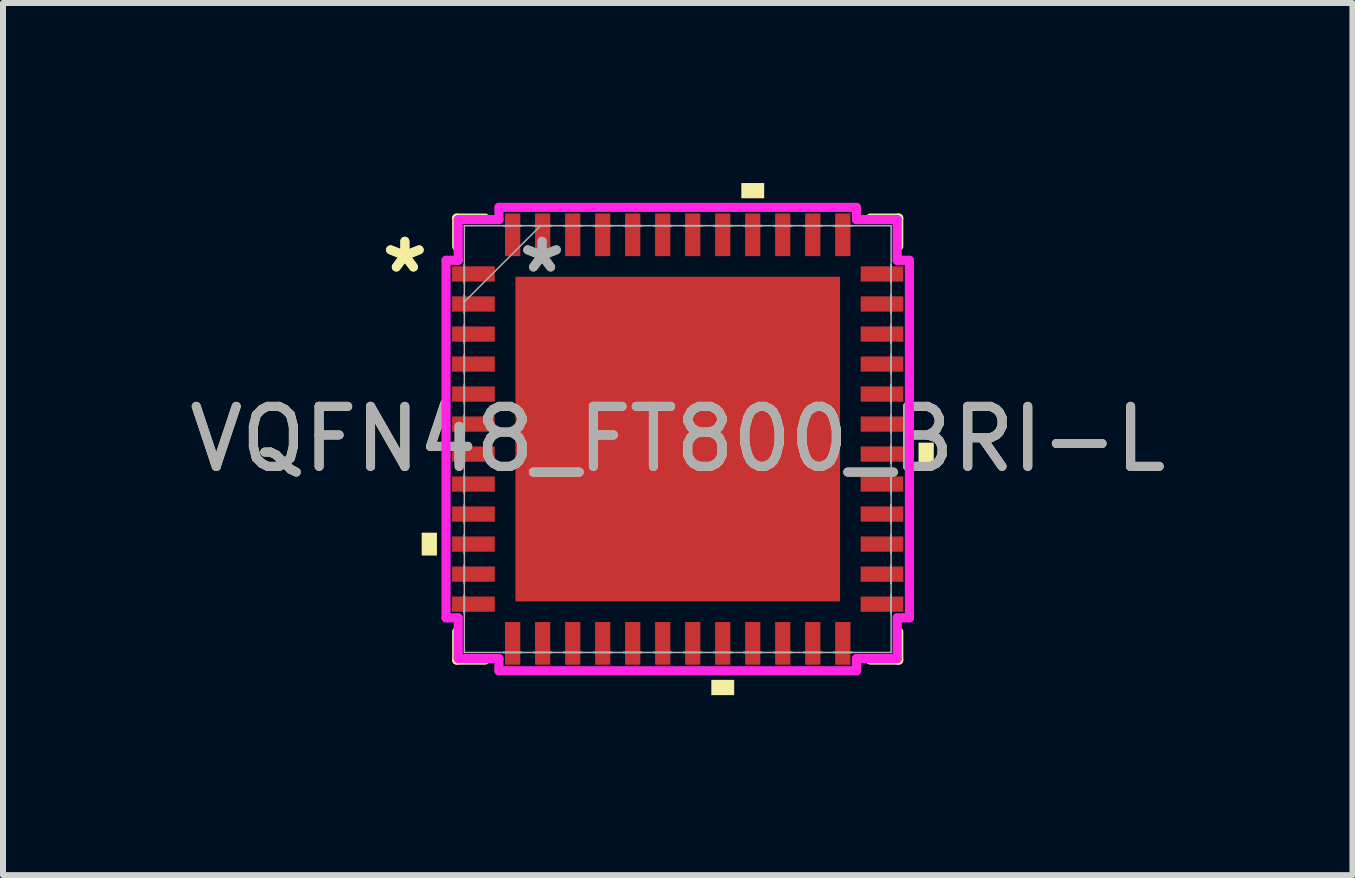
<source format=kicad_pcb>
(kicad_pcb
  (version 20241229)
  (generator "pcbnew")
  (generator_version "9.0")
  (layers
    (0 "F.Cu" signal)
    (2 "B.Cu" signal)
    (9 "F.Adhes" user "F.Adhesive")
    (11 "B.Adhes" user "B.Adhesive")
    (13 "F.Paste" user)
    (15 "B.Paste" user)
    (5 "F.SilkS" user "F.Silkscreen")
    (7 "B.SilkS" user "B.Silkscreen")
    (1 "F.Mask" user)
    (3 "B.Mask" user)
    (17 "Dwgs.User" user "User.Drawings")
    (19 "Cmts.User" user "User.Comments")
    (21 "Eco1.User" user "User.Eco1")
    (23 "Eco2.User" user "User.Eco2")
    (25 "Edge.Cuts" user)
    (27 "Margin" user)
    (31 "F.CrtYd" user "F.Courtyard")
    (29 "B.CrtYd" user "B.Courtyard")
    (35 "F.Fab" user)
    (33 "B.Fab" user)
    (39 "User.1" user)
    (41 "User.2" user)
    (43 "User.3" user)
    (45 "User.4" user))
  (footprint "VQFN48_FT800_BRI-L"
    (layer "F.Cu")
    (at 8.244 4.267)
    (property "Reference" "VQFN48_FT800_BRI-L" (at 0 0 0) (unlocked yes) (layer "F.SilkS") (effects (font (size 1 1) (thickness 0.15))))
    (attr smd)
    (fp_line (start -3.683 -3.683) (end -3.683 -3.21) (stroke (width 0.152) (type solid)) (layer "F.SilkS"))
    (fp_line (start -3.683 3.21) (end -3.683 3.683) (stroke (width 0.152) (type solid)) (layer "F.SilkS"))
    (fp_line (start -3.683 3.683) (end -3.21 3.683) (stroke (width 0.152) (type solid)) (layer "F.SilkS"))
    (fp_line (start -3.21 -3.683) (end -3.683 -3.683) (stroke (width 0.152) (type solid)) (layer "F.SilkS"))
    (fp_line (start 3.21 3.683) (end 3.683 3.683) (stroke (width 0.152) (type solid)) (layer "F.SilkS"))
    (fp_line (start 3.683 -3.683) (end 3.21 -3.683) (stroke (width 0.152) (type solid)) (layer "F.SilkS"))
    (fp_line (start 3.683 -3.21) (end 3.683 -3.683) (stroke (width 0.152) (type solid)) (layer "F.SilkS"))
    (fp_line (start 3.683 3.683) (end 3.683 3.21) (stroke (width 0.152) (type solid)) (layer "F.SilkS"))
    (fp_poly (pts (xy -4.267 1.56) (xy -4.267 1.941) (xy -4.013 1.941) (xy -4.013 1.56)) (stroke (width 0) (type solid)) (fill yes) (layer "F.SilkS"))
    (fp_poly (pts (xy 0.56 4.013) (xy 0.56 4.267) (xy 0.941 4.267) (xy 0.941 4.013)) (stroke (width 0) (type solid)) (fill yes) (layer "F.SilkS"))
    (fp_poly (pts (xy 1.06 -4.013) (xy 1.06 -4.267) (xy 1.441 -4.267) (xy 1.441 -4.013)) (stroke (width 0) (type solid)) (fill yes) (layer "F.SilkS"))
    (fp_poly (pts (xy 4.267 0.06) (xy 4.267 0.441) (xy 4.013 0.441) (xy 4.013 0.06)) (stroke (width 0) (type solid)) (fill yes) (layer "F.SilkS"))
    (fp_line (start -3.861 -2.979) (end -3.658 -2.979) (stroke (width 0.152) (type solid)) (layer "F.CrtYd"))
    (fp_line (start -3.861 2.979) (end -3.861 -2.979) (stroke (width 0.152) (type solid)) (layer "F.CrtYd"))
    (fp_line (start -3.658 -3.658) (end -2.979 -3.658) (stroke (width 0.152) (type solid)) (layer "F.CrtYd"))
    (fp_line (start -3.658 -2.979) (end -3.658 -3.658) (stroke (width 0.152) (type solid)) (layer "F.CrtYd"))
    (fp_line (start -3.658 2.979) (end -3.861 2.979) (stroke (width 0.152) (type solid)) (layer "F.CrtYd"))
    (fp_line (start -3.658 3.658) (end -3.658 2.979) (stroke (width 0.152) (type solid)) (layer "F.CrtYd"))
    (fp_line (start -2.979 -3.861) (end 2.979 -3.861) (stroke (width 0.152) (type solid)) (layer "F.CrtYd"))
    (fp_line (start -2.979 -3.658) (end -2.979 -3.861) (stroke (width 0.152) (type solid)) (layer "F.CrtYd"))
    (fp_line (start -2.979 3.658) (end -3.658 3.658) (stroke (width 0.152) (type solid)) (layer "F.CrtYd"))
    (fp_line (start -2.979 3.861) (end -2.979 3.658) (stroke (width 0.152) (type solid)) (layer "F.CrtYd"))
    (fp_line (start 2.979 -3.861) (end 2.979 -3.658) (stroke (width 0.152) (type solid)) (layer "F.CrtYd"))
    (fp_line (start 2.979 -3.658) (end 3.658 -3.658) (stroke (width 0.152) (type solid)) (layer "F.CrtYd"))
    (fp_line (start 2.979 3.658) (end 2.979 3.861) (stroke (width 0.152) (type solid)) (layer "F.CrtYd"))
    (fp_line (start 2.979 3.861) (end -2.979 3.861) (stroke (width 0.152) (type solid)) (layer "F.CrtYd"))
    (fp_line (start 3.658 -3.658) (end 3.658 -2.979) (stroke (width 0.152) (type solid)) (layer "F.CrtYd"))
    (fp_line (start 3.658 -2.979) (end 3.861 -2.979) (stroke (width 0.152) (type solid)) (layer "F.CrtYd"))
    (fp_line (start 3.658 2.979) (end 3.658 3.658) (stroke (width 0.152) (type solid)) (layer "F.CrtYd"))
    (fp_line (start 3.658 3.658) (end 2.979 3.658) (stroke (width 0.152) (type solid)) (layer "F.CrtYd"))
    (fp_line (start 3.861 -2.979) (end 3.861 2.979) (stroke (width 0.152) (type solid)) (layer "F.CrtYd"))
    (fp_line (start 3.861 2.979) (end 3.658 2.979) (stroke (width 0.152) (type solid)) (layer "F.CrtYd"))
    (fp_line (start -3.556 -3.556) (end -3.556 3.556) (stroke (width 0.025) (type solid)) (layer "F.Fab"))
    (fp_line (start -3.556 -2.903) (end -3.556 -2.903) (stroke (width 0.025) (type solid)) (layer "F.Fab"))
    (fp_line (start -3.556 -2.903) (end -3.556 -2.598) (stroke (width 0.025) (type solid)) (layer "F.Fab"))
    (fp_line (start -3.556 -2.598) (end -3.556 -2.903) (stroke (width 0.025) (type solid)) (layer "F.Fab"))
    (fp_line (start -3.556 -2.598) (end -3.556 -2.598) (stroke (width 0.025) (type solid)) (layer "F.Fab"))
    (fp_line (start -3.556 -2.403) (end -3.556 -2.403) (stroke (width 0.025) (type solid)) (layer "F.Fab"))
    (fp_line (start -3.556 -2.403) (end -3.556 -2.098) (stroke (width 0.025) (type solid)) (layer "F.Fab"))
    (fp_line (start -3.556 -2.286) (end -2.286 -3.556) (stroke (width 0.025) (type solid)) (layer "F.Fab"))
    (fp_line (start -3.556 -2.098) (end -3.556 -2.403) (stroke (width 0.025) (type solid)) (layer "F.Fab"))
    (fp_line (start -3.556 -2.098) (end -3.556 -2.098) (stroke (width 0.025) (type solid)) (layer "F.Fab"))
    (fp_line (start -3.556 -1.903) (end -3.556 -1.903) (stroke (width 0.025) (type solid)) (layer "F.Fab"))
    (fp_line (start -3.556 -1.903) (end -3.556 -1.598) (stroke (width 0.025) (type solid)) (layer "F.Fab"))
    (fp_line (start -3.556 -1.598) (end -3.556 -1.903) (stroke (width 0.025) (type solid)) (layer "F.Fab"))
    (fp_line (start -3.556 -1.598) (end -3.556 -1.598) (stroke (width 0.025) (type solid)) (layer "F.Fab"))
    (fp_line (start -3.556 -1.403) (end -3.556 -1.403) (stroke (width 0.025) (type solid)) (layer "F.Fab"))
    (fp_line (start -3.556 -1.403) (end -3.556 -1.098) (stroke (width 0.025) (type solid)) (layer "F.Fab"))
    (fp_line (start -3.556 -1.098) (end -3.556 -1.403) (stroke (width 0.025) (type solid)) (layer "F.Fab"))
    (fp_line (start -3.556 -1.098) (end -3.556 -1.098) (stroke (width 0.025) (type solid)) (layer "F.Fab"))
    (fp_line (start -3.556 -0.903) (end -3.556 -0.903) (stroke (width 0.025) (type solid)) (layer "F.Fab"))
    (fp_line (start -3.556 -0.903) (end -3.556 -0.598) (stroke (width 0.025) (type solid)) (layer "F.Fab"))
    (fp_line (start -3.556 -0.598) (end -3.556 -0.903) (stroke (width 0.025) (type solid)) (layer "F.Fab"))
    (fp_line (start -3.556 -0.598) (end -3.556 -0.598) (stroke (width 0.025) (type solid)) (layer "F.Fab"))
    (fp_line (start -3.556 -0.402) (end -3.556 -0.402) (stroke (width 0.025) (type solid)) (layer "F.Fab"))
    (fp_line (start -3.556 -0.402) (end -3.556 -0.098) (stroke (width 0.025) (type solid)) (layer "F.Fab"))
    (fp_line (start -3.556 -0.098) (end -3.556 -0.402) (stroke (width 0.025) (type solid)) (layer "F.Fab"))
    (fp_line (start -3.556 -0.098) (end -3.556 -0.098) (stroke (width 0.025) (type solid)) (layer "F.Fab"))
    (fp_line (start -3.556 0.098) (end -3.556 0.098) (stroke (width 0.025) (type solid)) (layer "F.Fab"))
    (fp_line (start -3.556 0.098) (end -3.556 0.402) (stroke (width 0.025) (type solid)) (layer "F.Fab"))
    (fp_line (start -3.556 0.402) (end -3.556 0.098) (stroke (width 0.025) (type solid)) (layer "F.Fab"))
    (fp_line (start -3.556 0.402) (end -3.556 0.402) (stroke (width 0.025) (type solid)) (layer "F.Fab"))
    (fp_line (start -3.556 0.598) (end -3.556 0.598) (stroke (width 0.025) (type solid)) (layer "F.Fab"))
    (fp_line (start -3.556 0.598) (end -3.556 0.903) (stroke (width 0.025) (type solid)) (layer "F.Fab"))
    (fp_line (start -3.556 0.903) (end -3.556 0.598) (stroke (width 0.025) (type solid)) (layer "F.Fab"))
    (fp_line (start -3.556 0.903) (end -3.556 0.903) (stroke (width 0.025) (type solid)) (layer "F.Fab"))
    (fp_line (start -3.556 1.098) (end -3.556 1.098) (stroke (width 0.025) (type solid)) (layer "F.Fab"))
    (fp_line (start -3.556 1.098) (end -3.556 1.403) (stroke (width 0.025) (type solid)) (layer "F.Fab"))
    (fp_line (start -3.556 1.403) (end -3.556 1.098) (stroke (width 0.025) (type solid)) (layer "F.Fab"))
    (fp_line (start -3.556 1.403) (end -3.556 1.403) (stroke (width 0.025) (type solid)) (layer "F.Fab"))
    (fp_line (start -3.556 1.598) (end -3.556 1.598) (stroke (width 0.025) (type solid)) (layer "F.Fab"))
    (fp_line (start -3.556 1.598) (end -3.556 1.903) (stroke (width 0.025) (type solid)) (layer "F.Fab"))
    (fp_line (start -3.556 1.903) (end -3.556 1.598) (stroke (width 0.025) (type solid)) (layer "F.Fab"))
    (fp_line (start -3.556 1.903) (end -3.556 1.903) (stroke (width 0.025) (type solid)) (layer "F.Fab"))
    (fp_line (start -3.556 2.098) (end -3.556 2.098) (stroke (width 0.025) (type solid)) (layer "F.Fab"))
    (fp_line (start -3.556 2.098) (end -3.556 2.403) (stroke (width 0.025) (type solid)) (layer "F.Fab"))
    (fp_line (start -3.556 2.403) (end -3.556 2.098) (stroke (width 0.025) (type solid)) (layer "F.Fab"))
    (fp_line (start -3.556 2.403) (end -3.556 2.403) (stroke (width 0.025) (type solid)) (layer "F.Fab"))
    (fp_line (start -3.556 2.598) (end -3.556 2.598) (stroke (width 0.025) (type solid)) (layer "F.Fab"))
    (fp_line (start -3.556 2.598) (end -3.556 2.903) (stroke (width 0.025) (type solid)) (layer "F.Fab"))
    (fp_line (start -3.556 2.903) (end -3.556 2.598) (stroke (width 0.025) (type solid)) (layer "F.Fab"))
    (fp_line (start -3.556 2.903) (end -3.556 2.903) (stroke (width 0.025) (type solid)) (layer "F.Fab"))
    (fp_line (start -3.556 3.556) (end 3.556 3.556) (stroke (width 0.025) (type solid)) (layer "F.Fab"))
    (fp_line (start -2.903 -3.556) (end -2.903 -3.556) (stroke (width 0.025) (type solid)) (layer "F.Fab"))
    (fp_line (start -2.903 -3.556) (end -2.598 -3.556) (stroke (width 0.025) (type solid)) (layer "F.Fab"))
    (fp_line (start -2.903 3.556) (end -2.903 3.556) (stroke (width 0.025) (type solid)) (layer "F.Fab"))
    (fp_line (start -2.903 3.556) (end -2.598 3.556) (stroke (width 0.025) (type solid)) (layer "F.Fab"))
    (fp_line (start -2.598 -3.556) (end -2.903 -3.556) (stroke (width 0.025) (type solid)) (layer "F.Fab"))
    (fp_line (start -2.598 -3.556) (end -2.598 -3.556) (stroke (width 0.025) (type solid)) (layer "F.Fab"))
    (fp_line (start -2.598 3.556) (end -2.903 3.556) (stroke (width 0.025) (type solid)) (layer "F.Fab"))
    (fp_line (start -2.598 3.556) (end -2.598 3.556) (stroke (width 0.025) (type solid)) (layer "F.Fab"))
    (fp_line (start -2.403 -3.556) (end -2.403 -3.556) (stroke (width 0.025) (type solid)) (layer "F.Fab"))
    (fp_line (start -2.403 -3.556) (end -2.098 -3.556) (stroke (width 0.025) (type solid)) (layer "F.Fab"))
    (fp_line (start -2.403 3.556) (end -2.403 3.556) (stroke (width 0.025) (type solid)) (layer "F.Fab"))
    (fp_line (start -2.403 3.556) (end -2.098 3.556) (stroke (width 0.025) (type solid)) (layer "F.Fab"))
    (fp_line (start -2.098 -3.556) (end -2.403 -3.556) (stroke (width 0.025) (type solid)) (layer "F.Fab"))
    (fp_line (start -2.098 -3.556) (end -2.098 -3.556) (stroke (width 0.025) (type solid)) (layer "F.Fab"))
    (fp_line (start -2.098 3.556) (end -2.403 3.556) (stroke (width 0.025) (type solid)) (layer "F.Fab"))
    (fp_line (start -2.098 3.556) (end -2.098 3.556) (stroke (width 0.025) (type solid)) (layer "F.Fab"))
    (fp_line (start -1.903 -3.556) (end -1.903 -3.556) (stroke (width 0.025) (type solid)) (layer "F.Fab"))
    (fp_line (start -1.903 -3.556) (end -1.598 -3.556) (stroke (width 0.025) (type solid)) (layer "F.Fab"))
    (fp_line (start -1.903 3.556) (end -1.903 3.556) (stroke (width 0.025) (type solid)) (layer "F.Fab"))
    (fp_line (start -1.903 3.556) (end -1.598 3.556) (stroke (width 0.025) (type solid)) (layer "F.Fab"))
    (fp_line (start -1.598 -3.556) (end -1.903 -3.556) (stroke (width 0.025) (type solid)) (layer "F.Fab"))
    (fp_line (start -1.598 -3.556) (end -1.598 -3.556) (stroke (width 0.025) (type solid)) (layer "F.Fab"))
    (fp_line (start -1.598 3.556) (end -1.903 3.556) (stroke (width 0.025) (type solid)) (layer "F.Fab"))
    (fp_line (start -1.598 3.556) (end -1.598 3.556) (stroke (width 0.025) (type solid)) (layer "F.Fab"))
    (fp_line (start -1.403 -3.556) (end -1.403 -3.556) (stroke (width 0.025) (type solid)) (layer "F.Fab"))
    (fp_line (start -1.403 -3.556) (end -1.098 -3.556) (stroke (width 0.025) (type solid)) (layer "F.Fab"))
    (fp_line (start -1.403 3.556) (end -1.403 3.556) (stroke (width 0.025) (type solid)) (layer "F.Fab"))
    (fp_line (start -1.403 3.556) (end -1.098 3.556) (stroke (width 0.025) (type solid)) (layer "F.Fab"))
    (fp_line (start -1.098 -3.556) (end -1.403 -3.556) (stroke (width 0.025) (type solid)) (layer "F.Fab"))
    (fp_line (start -1.098 -3.556) (end -1.098 -3.556) (stroke (width 0.025) (type solid)) (layer "F.Fab"))
    (fp_line (start -1.098 3.556) (end -1.403 3.556) (stroke (width 0.025) (type solid)) (layer "F.Fab"))
    (fp_line (start -1.098 3.556) (end -1.098 3.556) (stroke (width 0.025) (type solid)) (layer "F.Fab"))
    (fp_line (start -0.903 -3.556) (end -0.903 -3.556) (stroke (width 0.025) (type solid)) (layer "F.Fab"))
    (fp_line (start -0.903 -3.556) (end -0.598 -3.556) (stroke (width 0.025) (type solid)) (layer "F.Fab"))
    (fp_line (start -0.903 3.556) (end -0.903 3.556) (stroke (width 0.025) (type solid)) (layer "F.Fab"))
    (fp_line (start -0.903 3.556) (end -0.598 3.556) (stroke (width 0.025) (type solid)) (layer "F.Fab"))
    (fp_line (start -0.598 -3.556) (end -0.903 -3.556) (stroke (width 0.025) (type solid)) (layer "F.Fab"))
    (fp_line (start -0.598 -3.556) (end -0.598 -3.556) (stroke (width 0.025) (type solid)) (layer "F.Fab"))
    (fp_line (start -0.598 3.556) (end -0.903 3.556) (stroke (width 0.025) (type solid)) (layer "F.Fab"))
    (fp_line (start -0.598 3.556) (end -0.598 3.556) (stroke (width 0.025) (type solid)) (layer "F.Fab"))
    (fp_line (start -0.402 -3.556) (end -0.402 -3.556) (stroke (width 0.025) (type solid)) (layer "F.Fab"))
    (fp_line (start -0.402 -3.556) (end -0.098 -3.556) (stroke (width 0.025) (type solid)) (layer "F.Fab"))
    (fp_line (start -0.402 3.556) (end -0.402 3.556) (stroke (width 0.025) (type solid)) (layer "F.Fab"))
    (fp_line (start -0.402 3.556) (end -0.098 3.556) (stroke (width 0.025) (type solid)) (layer "F.Fab"))
    (fp_line (start -0.098 -3.556) (end -0.402 -3.556) (stroke (width 0.025) (type solid)) (layer "F.Fab"))
    (fp_line (start -0.098 -3.556) (end -0.098 -3.556) (stroke (width 0.025) (type solid)) (layer "F.Fab"))
    (fp_line (start -0.098 3.556) (end -0.402 3.556) (stroke (width 0.025) (type solid)) (layer "F.Fab"))
    (fp_line (start -0.098 3.556) (end -0.098 3.556) (stroke (width 0.025) (type solid)) (layer "F.Fab"))
    (fp_line (start 0.098 -3.556) (end 0.098 -3.556) (stroke (width 0.025) (type solid)) (layer "F.Fab"))
    (fp_line (start 0.098 -3.556) (end 0.402 -3.556) (stroke (width 0.025) (type solid)) (layer "F.Fab"))
    (fp_line (start 0.098 3.556) (end 0.098 3.556) (stroke (width 0.025) (type solid)) (layer "F.Fab"))
    (fp_line (start 0.098 3.556) (end 0.402 3.556) (stroke (width 0.025) (type solid)) (layer "F.Fab"))
    (fp_line (start 0.402 -3.556) (end 0.098 -3.556) (stroke (width 0.025) (type solid)) (layer "F.Fab"))
    (fp_line (start 0.402 -3.556) (end 0.402 -3.556) (stroke (width 0.025) (type solid)) (layer "F.Fab"))
    (fp_line (start 0.402 3.556) (end 0.098 3.556) (stroke (width 0.025) (type solid)) (layer "F.Fab"))
    (fp_line (start 0.402 3.556) (end 0.402 3.556) (stroke (width 0.025) (type solid)) (layer "F.Fab"))
    (fp_line (start 0.598 -3.556) (end 0.598 -3.556) (stroke (width 0.025) (type solid)) (layer "F.Fab"))
    (fp_line (start 0.598 -3.556) (end 0.903 -3.556) (stroke (width 0.025) (type solid)) (layer "F.Fab"))
    (fp_line (start 0.598 3.556) (end 0.598 3.556) (stroke (width 0.025) (type solid)) (layer "F.Fab"))
    (fp_line (start 0.598 3.556) (end 0.903 3.556) (stroke (width 0.025) (type solid)) (layer "F.Fab"))
    (fp_line (start 0.903 -3.556) (end 0.598 -3.556) (stroke (width 0.025) (type solid)) (layer "F.Fab"))
    (fp_line (start 0.903 -3.556) (end 0.903 -3.556) (stroke (width 0.025) (type solid)) (layer "F.Fab"))
    (fp_line (start 0.903 3.556) (end 0.598 3.556) (stroke (width 0.025) (type solid)) (layer "F.Fab"))
    (fp_line (start 0.903 3.556) (end 0.903 3.556) (stroke (width 0.025) (type solid)) (layer "F.Fab"))
    (fp_line (start 1.098 -3.556) (end 1.098 -3.556) (stroke (width 0.025) (type solid)) (layer "F.Fab"))
    (fp_line (start 1.098 -3.556) (end 1.403 -3.556) (stroke (width 0.025) (type solid)) (layer "F.Fab"))
    (fp_line (start 1.098 3.556) (end 1.098 3.556) (stroke (width 0.025) (type solid)) (layer "F.Fab"))
    (fp_line (start 1.098 3.556) (end 1.403 3.556) (stroke (width 0.025) (type solid)) (layer "F.Fab"))
    (fp_line (start 1.403 -3.556) (end 1.098 -3.556) (stroke (width 0.025) (type solid)) (layer "F.Fab"))
    (fp_line (start 1.403 -3.556) (end 1.403 -3.556) (stroke (width 0.025) (type solid)) (layer "F.Fab"))
    (fp_line (start 1.403 3.556) (end 1.098 3.556) (stroke (width 0.025) (type solid)) (layer "F.Fab"))
    (fp_line (start 1.403 3.556) (end 1.403 3.556) (stroke (width 0.025) (type solid)) (layer "F.Fab"))
    (fp_line (start 1.598 -3.556) (end 1.598 -3.556) (stroke (width 0.025) (type solid)) (layer "F.Fab"))
    (fp_line (start 1.598 -3.556) (end 1.903 -3.556) (stroke (width 0.025) (type solid)) (layer "F.Fab"))
    (fp_line (start 1.598 3.556) (end 1.598 3.556) (stroke (width 0.025) (type solid)) (layer "F.Fab"))
    (fp_line (start 1.598 3.556) (end 1.903 3.556) (stroke (width 0.025) (type solid)) (layer "F.Fab"))
    (fp_line (start 1.903 -3.556) (end 1.598 -3.556) (stroke (width 0.025) (type solid)) (layer "F.Fab"))
    (fp_line (start 1.903 -3.556) (end 1.903 -3.556) (stroke (width 0.025) (type solid)) (layer "F.Fab"))
    (fp_line (start 1.903 3.556) (end 1.598 3.556) (stroke (width 0.025) (type solid)) (layer "F.Fab"))
    (fp_line (start 1.903 3.556) (end 1.903 3.556) (stroke (width 0.025) (type solid)) (layer "F.Fab"))
    (fp_line (start 2.098 -3.556) (end 2.098 -3.556) (stroke (width 0.025) (type solid)) (layer "F.Fab"))
    (fp_line (start 2.098 -3.556) (end 2.403 -3.556) (stroke (width 0.025) (type solid)) (layer "F.Fab"))
    (fp_line (start 2.098 3.556) (end 2.098 3.556) (stroke (width 0.025) (type solid)) (layer "F.Fab"))
    (fp_line (start 2.098 3.556) (end 2.403 3.556) (stroke (width 0.025) (type solid)) (layer "F.Fab"))
    (fp_line (start 2.403 -3.556) (end 2.098 -3.556) (stroke (width 0.025) (type solid)) (layer "F.Fab"))
    (fp_line (start 2.403 -3.556) (end 2.403 -3.556) (stroke (width 0.025) (type solid)) (layer "F.Fab"))
    (fp_line (start 2.403 3.556) (end 2.098 3.556) (stroke (width 0.025) (type solid)) (layer "F.Fab"))
    (fp_line (start 2.403 3.556) (end 2.403 3.556) (stroke (width 0.025) (type solid)) (layer "F.Fab"))
    (fp_line (start 2.598 -3.556) (end 2.598 -3.556) (stroke (width 0.025) (type solid)) (layer "F.Fab"))
    (fp_line (start 2.598 -3.556) (end 2.903 -3.556) (stroke (width 0.025) (type solid)) (layer "F.Fab"))
    (fp_line (start 2.598 3.556) (end 2.598 3.556) (stroke (width 0.025) (type solid)) (layer "F.Fab"))
    (fp_line (start 2.598 3.556) (end 2.903 3.556) (stroke (width 0.025) (type solid)) (layer "F.Fab"))
    (fp_line (start 2.903 -3.556) (end 2.598 -3.556) (stroke (width 0.025) (type solid)) (layer "F.Fab"))
    (fp_line (start 2.903 -3.556) (end 2.903 -3.556) (stroke (width 0.025) (type solid)) (layer "F.Fab"))
    (fp_line (start 2.903 3.556) (end 2.598 3.556) (stroke (width 0.025) (type solid)) (layer "F.Fab"))
    (fp_line (start 2.903 3.556) (end 2.903 3.556) (stroke (width 0.025) (type solid)) (layer "F.Fab"))
    (fp_line (start 3.556 -3.556) (end -3.556 -3.556) (stroke (width 0.025) (type solid)) (layer "F.Fab"))
    (fp_line (start 3.556 -2.903) (end 3.556 -2.903) (stroke (width 0.025) (type solid)) (layer "F.Fab"))
    (fp_line (start 3.556 -2.903) (end 3.556 -2.598) (stroke (width 0.025) (type solid)) (layer "F.Fab"))
    (fp_line (start 3.556 -2.598) (end 3.556 -2.903) (stroke (width 0.025) (type solid)) (layer "F.Fab"))
    (fp_line (start 3.556 -2.598) (end 3.556 -2.598) (stroke (width 0.025) (type solid)) (layer "F.Fab"))
    (fp_line (start 3.556 -2.403) (end 3.556 -2.403) (stroke (width 0.025) (type solid)) (layer "F.Fab"))
    (fp_line (start 3.556 -2.403) (end 3.556 -2.098) (stroke (width 0.025) (type solid)) (layer "F.Fab"))
    (fp_line (start 3.556 -2.098) (end 3.556 -2.403) (stroke (width 0.025) (type solid)) (layer "F.Fab"))
    (fp_line (start 3.556 -2.098) (end 3.556 -2.098) (stroke (width 0.025) (type solid)) (layer "F.Fab"))
    (fp_line (start 3.556 -1.903) (end 3.556 -1.903) (stroke (width 0.025) (type solid)) (layer "F.Fab"))
    (fp_line (start 3.556 -1.903) (end 3.556 -1.598) (stroke (width 0.025) (type solid)) (layer "F.Fab"))
    (fp_line (start 3.556 -1.598) (end 3.556 -1.903) (stroke (width 0.025) (type solid)) (layer "F.Fab"))
    (fp_line (start 3.556 -1.598) (end 3.556 -1.598) (stroke (width 0.025) (type solid)) (layer "F.Fab"))
    (fp_line (start 3.556 -1.403) (end 3.556 -1.403) (stroke (width 0.025) (type solid)) (layer "F.Fab"))
    (fp_line (start 3.556 -1.403) (end 3.556 -1.098) (stroke (width 0.025) (type solid)) (layer "F.Fab"))
    (fp_line (start 3.556 -1.098) (end 3.556 -1.403) (stroke (width 0.025) (type solid)) (layer "F.Fab"))
    (fp_line (start 3.556 -1.098) (end 3.556 -1.098) (stroke (width 0.025) (type solid)) (layer "F.Fab"))
    (fp_line (start 3.556 -0.903) (end 3.556 -0.903) (stroke (width 0.025) (type solid)) (layer "F.Fab"))
    (fp_line (start 3.556 -0.903) (end 3.556 -0.598) (stroke (width 0.025) (type solid)) (layer "F.Fab"))
    (fp_line (start 3.556 -0.598) (end 3.556 -0.903) (stroke (width 0.025) (type solid)) (layer "F.Fab"))
    (fp_line (start 3.556 -0.598) (end 3.556 -0.598) (stroke (width 0.025) (type solid)) (layer "F.Fab"))
    (fp_line (start 3.556 -0.402) (end 3.556 -0.402) (stroke (width 0.025) (type solid)) (layer "F.Fab"))
    (fp_line (start 3.556 -0.402) (end 3.556 -0.098) (stroke (width 0.025) (type solid)) (layer "F.Fab"))
    (fp_line (start 3.556 -0.098) (end 3.556 -0.402) (stroke (width 0.025) (type solid)) (layer "F.Fab"))
    (fp_line (start 3.556 -0.098) (end 3.556 -0.098) (stroke (width 0.025) (type solid)) (layer "F.Fab"))
    (fp_line (start 3.556 0.098) (end 3.556 0.098) (stroke (width 0.025) (type solid)) (layer "F.Fab"))
    (fp_line (start 3.556 0.098) (end 3.556 0.402) (stroke (width 0.025) (type solid)) (layer "F.Fab"))
    (fp_line (start 3.556 0.402) (end 3.556 0.098) (stroke (width 0.025) (type solid)) (layer "F.Fab"))
    (fp_line (start 3.556 0.402) (end 3.556 0.402) (stroke (width 0.025) (type solid)) (layer "F.Fab"))
    (fp_line (start 3.556 0.598) (end 3.556 0.598) (stroke (width 0.025) (type solid)) (layer "F.Fab"))
    (fp_line (start 3.556 0.598) (end 3.556 0.903) (stroke (width 0.025) (type solid)) (layer "F.Fab"))
    (fp_line (start 3.556 0.903) (end 3.556 0.598) (stroke (width 0.025) (type solid)) (layer "F.Fab"))
    (fp_line (start 3.556 0.903) (end 3.556 0.903) (stroke (width 0.025) (type solid)) (layer "F.Fab"))
    (fp_line (start 3.556 1.098) (end 3.556 1.098) (stroke (width 0.025) (type solid)) (layer "F.Fab"))
    (fp_line (start 3.556 1.098) (end 3.556 1.403) (stroke (width 0.025) (type solid)) (layer "F.Fab"))
    (fp_line (start 3.556 1.403) (end 3.556 1.098) (stroke (width 0.025) (type solid)) (layer "F.Fab"))
    (fp_line (start 3.556 1.403) (end 3.556 1.403) (stroke (width 0.025) (type solid)) (layer "F.Fab"))
    (fp_line (start 3.556 1.598) (end 3.556 1.598) (stroke (width 0.025) (type solid)) (layer "F.Fab"))
    (fp_line (start 3.556 1.598) (end 3.556 1.903) (stroke (width 0.025) (type solid)) (layer "F.Fab"))
    (fp_line (start 3.556 1.903) (end 3.556 1.598) (stroke (width 0.025) (type solid)) (layer "F.Fab"))
    (fp_line (start 3.556 1.903) (end 3.556 1.903) (stroke (width 0.025) (type solid)) (layer "F.Fab"))
    (fp_line (start 3.556 2.098) (end 3.556 2.098) (stroke (width 0.025) (type solid)) (layer "F.Fab"))
    (fp_line (start 3.556 2.098) (end 3.556 2.403) (stroke (width 0.025) (type solid)) (layer "F.Fab"))
    (fp_line (start 3.556 2.403) (end 3.556 2.098) (stroke (width 0.025) (type solid)) (layer "F.Fab"))
    (fp_line (start 3.556 2.403) (end 3.556 2.403) (stroke (width 0.025) (type solid)) (layer "F.Fab"))
    (fp_line (start 3.556 2.598) (end 3.556 2.598) (stroke (width 0.025) (type solid)) (layer "F.Fab"))
    (fp_line (start 3.556 2.598) (end 3.556 2.903) (stroke (width 0.025) (type solid)) (layer "F.Fab"))
    (fp_line (start 3.556 2.903) (end 3.556 2.598) (stroke (width 0.025) (type solid)) (layer "F.Fab"))
    (fp_line (start 3.556 2.903) (end 3.556 2.903) (stroke (width 0.025) (type solid)) (layer "F.Fab"))
    (fp_line (start 3.556 3.556) (end 3.556 -3.556) (stroke (width 0.025) (type solid)) (layer "F.Fab"))
    (fp_text user "*" (at -4.547 -2.751 0) (unlocked yes) (layer "F.SilkS") (effects (font (size 1 1) (thickness 0.15))))
    (fp_text user "*" (at -4.547 -2.751 0) (layer "F.SilkS") (effects (font (size 1 1) (thickness 0.15))))
    (fp_text user "${REFERENCE}" (at 0 0 0) (unlocked yes) (layer "F.Fab") (effects (font (size 1 1) (thickness 0.15))))
    (fp_text user "*" (at -2.261 -2.751 0) (layer "F.Fab") (effects (font (size 1 1) (thickness 0.15))))
    (fp_text user "*" (at -2.261 -2.751 0) (unlocked yes) (layer "F.Fab") (effects (font (size 1 1) (thickness 0.15))))
    (pad "1" smd rect (at -3.404 -2.751 90) (size 0.254 0.711) (layers "F.Cu" "F.Mask" "F.Paste"))
    (pad "2" smd rect (at -3.404 -2.251 90) (size 0.254 0.711) (layers "F.Cu" "F.Mask" "F.Paste"))
    (pad "3" smd rect (at -3.404 -1.75 90) (size 0.254 0.711) (layers "F.Cu" "F.Mask" "F.Paste"))
    (pad "4" smd rect (at -3.404 -1.25 90) (size 0.254 0.711) (layers "F.Cu" "F.Mask" "F.Paste"))
    (pad "5" smd rect (at -3.404 -0.75 90) (size 0.254 0.711) (layers "F.Cu" "F.Mask" "F.Paste"))
    (pad "6" smd rect (at -3.404 -0.25 90) (size 0.254 0.711) (layers "F.Cu" "F.Mask" "F.Paste"))
    (pad "7" smd rect (at -3.404 0.25 90) (size 0.254 0.711) (layers "F.Cu" "F.Mask" "F.Paste"))
    (pad "8" smd rect (at -3.404 0.75 90) (size 0.254 0.711) (layers "F.Cu" "F.Mask" "F.Paste"))
    (pad "9" smd rect (at -3.404 1.25 90) (size 0.254 0.711) (layers "F.Cu" "F.Mask" "F.Paste"))
    (pad "10" smd rect (at -3.404 1.75 90) (size 0.254 0.711) (layers "F.Cu" "F.Mask" "F.Paste"))
    (pad "11" smd rect (at -3.404 2.251 90) (size 0.254 0.711) (layers "F.Cu" "F.Mask" "F.Paste"))
    (pad "12" smd rect (at -3.404 2.751 90) (size 0.254 0.711) (layers "F.Cu" "F.Mask" "F.Paste"))
    (pad "13" smd rect (at -2.751 3.404) (size 0.254 0.711) (layers "F.Cu" "F.Mask" "F.Paste"))
    (pad "14" smd rect (at -2.251 3.404) (size 0.254 0.711) (layers "F.Cu" "F.Mask" "F.Paste"))
    (pad "15" smd rect (at -1.75 3.404) (size 0.254 0.711) (layers "F.Cu" "F.Mask" "F.Paste"))
    (pad "16" smd rect (at -1.25 3.404) (size 0.254 0.711) (layers "F.Cu" "F.Mask" "F.Paste"))
    (pad "17" smd rect (at -0.75 3.404) (size 0.254 0.711) (layers "F.Cu" "F.Mask" "F.Paste"))
    (pad "18" smd rect (at -0.25 3.404) (size 0.254 0.711) (layers "F.Cu" "F.Mask" "F.Paste"))
    (pad "19" smd rect (at 0.25 3.404) (size 0.254 0.711) (layers "F.Cu" "F.Mask" "F.Paste"))
    (pad "20" smd rect (at 0.75 3.404) (size 0.254 0.711) (layers "F.Cu" "F.Mask" "F.Paste"))
    (pad "21" smd rect (at 1.25 3.404) (size 0.254 0.711) (layers "F.Cu" "F.Mask" "F.Paste"))
    (pad "22" smd rect (at 1.75 3.404) (size 0.254 0.711) (layers "F.Cu" "F.Mask" "F.Paste"))
    (pad "23" smd rect (at 2.251 3.404) (size 0.254 0.711) (layers "F.Cu" "F.Mask" "F.Paste"))
    (pad "24" smd rect (at 2.751 3.404) (size 0.254 0.711) (layers "F.Cu" "F.Mask" "F.Paste"))
    (pad "25" smd rect (at 3.404 2.751 90) (size 0.254 0.711) (layers "F.Cu" "F.Mask" "F.Paste"))
    (pad "26" smd rect (at 3.404 2.251 90) (size 0.254 0.711) (layers "F.Cu" "F.Mask" "F.Paste"))
    (pad "27" smd rect (at 3.404 1.75 90) (size 0.254 0.711) (layers "F.Cu" "F.Mask" "F.Paste"))
    (pad "28" smd rect (at 3.404 1.25 90) (size 0.254 0.711) (layers "F.Cu" "F.Mask" "F.Paste"))
    (pad "29" smd rect (at 3.404 0.75 90) (size 0.254 0.711) (layers "F.Cu" "F.Mask" "F.Paste"))
    (pad "30" smd rect (at 3.404 0.25 90) (size 0.254 0.711) (layers "F.Cu" "F.Mask" "F.Paste"))
    (pad "31" smd rect (at 3.404 -0.25 90) (size 0.254 0.711) (layers "F.Cu" "F.Mask" "F.Paste"))
    (pad "32" smd rect (at 3.404 -0.75 90) (size 0.254 0.711) (layers "F.Cu" "F.Mask" "F.Paste"))
    (pad "33" smd rect (at 3.404 -1.25 90) (size 0.254 0.711) (layers "F.Cu" "F.Mask" "F.Paste"))
    (pad "34" smd rect (at 3.404 -1.75 90) (size 0.254 0.711) (layers "F.Cu" "F.Mask" "F.Paste"))
    (pad "35" smd rect (at 3.404 -2.251 90) (size 0.254 0.711) (layers "F.Cu" "F.Mask" "F.Paste"))
    (pad "36" smd rect (at 3.404 -2.751 90) (size 0.254 0.711) (layers "F.Cu" "F.Mask" "F.Paste"))
    (pad "37" smd rect (at 2.751 -3.404) (size 0.254 0.711) (layers "F.Cu" "F.Mask" "F.Paste"))
    (pad "38" smd rect (at 2.251 -3.404) (size 0.254 0.711) (layers "F.Cu" "F.Mask" "F.Paste"))
    (pad "39" smd rect (at 1.75 -3.404) (size 0.254 0.711) (layers "F.Cu" "F.Mask" "F.Paste"))
    (pad "40" smd rect (at 1.25 -3.404) (size 0.254 0.711) (layers "F.Cu" "F.Mask" "F.Paste"))
    (pad "41" smd rect (at 0.75 -3.404) (size 0.254 0.711) (layers "F.Cu" "F.Mask" "F.Paste"))
    (pad "42" smd rect (at 0.25 -3.404) (size 0.254 0.711) (layers "F.Cu" "F.Mask" "F.Paste"))
    (pad "43" smd rect (at -0.25 -3.404) (size 0.254 0.711) (layers "F.Cu" "F.Mask" "F.Paste"))
    (pad "44" smd rect (at -0.75 -3.404) (size 0.254 0.711) (layers "F.Cu" "F.Mask" "F.Paste"))
    (pad "45" smd rect (at -1.25 -3.404) (size 0.254 0.711) (layers "F.Cu" "F.Mask" "F.Paste"))
    (pad "46" smd rect (at -1.75 -3.404) (size 0.254 0.711) (layers "F.Cu" "F.Mask" "F.Paste"))
    (pad "47" smd rect (at -2.251 -3.404) (size 0.254 0.711) (layers "F.Cu" "F.Mask" "F.Paste"))
    (pad "48" smd rect (at -2.751 -3.404) (size 0.254 0.711) (layers "F.Cu" "F.Mask" "F.Paste"))
    (pad "49" smd rect (at 0 0) (size 5.41 5.41) (layers "F.Cu" "F.Mask" "F.Paste")))
  (gr_rect
    (start -3 -3)
    (end 19.488 11.534)
    (stroke (width 0.1) (type default))
    (fill no)
    (layer "Edge.Cuts")))
</source>
